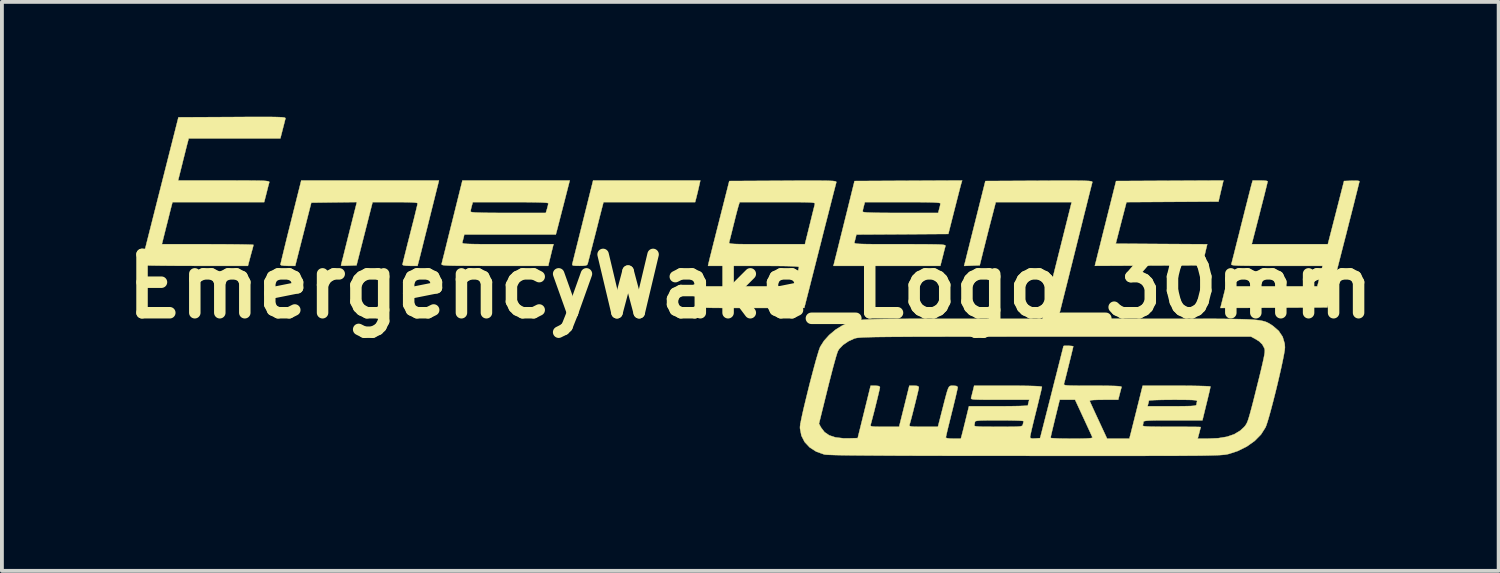
<source format=kicad_pcb>
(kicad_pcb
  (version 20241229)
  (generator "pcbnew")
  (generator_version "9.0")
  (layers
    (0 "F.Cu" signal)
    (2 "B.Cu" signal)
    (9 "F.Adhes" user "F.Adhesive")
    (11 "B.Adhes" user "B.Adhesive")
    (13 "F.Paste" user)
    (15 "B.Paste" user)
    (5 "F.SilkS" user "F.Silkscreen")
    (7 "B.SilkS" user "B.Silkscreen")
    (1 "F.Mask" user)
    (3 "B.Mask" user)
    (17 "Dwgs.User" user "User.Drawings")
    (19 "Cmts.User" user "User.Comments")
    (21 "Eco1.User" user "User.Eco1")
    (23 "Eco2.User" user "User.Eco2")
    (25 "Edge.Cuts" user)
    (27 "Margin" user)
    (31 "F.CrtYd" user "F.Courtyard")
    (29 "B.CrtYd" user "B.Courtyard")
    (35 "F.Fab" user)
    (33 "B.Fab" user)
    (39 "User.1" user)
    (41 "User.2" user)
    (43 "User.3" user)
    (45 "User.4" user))
  (footprint "EmergencyWake_Logo_30mm"
    (layer "F.Cu")
    (at 16.554 4.432)
    (property "Reference" "EmergencyWake_Logo_30mm" (at 0 0 0) (layer "F.SilkS") (effects (font (size 1.524 1.524) (thickness 0.3))))
    (attr through_hole)
    (fp_poly (pts (xy 12.347 -2.703) (xy 12.333 -2.644) (xy 12.311 -2.55) (xy 12.285 -2.44) (xy 12.282 -2.427) (xy 12.233 -2.215) (xy 11.031 -2.208) (xy 9.829 -2.201) (xy 9.688 -1.658) (xy 9.548 -1.115) (xy 10.743 -1.107) (xy 11.939 -1.1) (xy 11.923 -1.037) (xy 11.909 -0.979) (xy 11.887 -0.885) (xy 11.862 -0.775) (xy 11.859 -0.762) (xy 11.81 -0.55) (xy 10.406 -0.543) (xy 9.002 -0.536) (xy 9.021 -0.614) (xy 9.033 -0.658) (xy 9.056 -0.751) (xy 9.089 -0.885) (xy 9.132 -1.054) (xy 9.181 -1.252) (xy 9.236 -1.471) (xy 9.295 -1.705) (xy 9.299 -1.722) (xy 9.557 -2.752) (xy 10.96 -2.759) (xy 12.363 -2.766) (xy 12.347 -2.703)) (stroke (width 0.01) (type solid)) (fill yes) (layer "F.SilkS"))
    (fp_poly (pts (xy -1.346 -2.589) (xy -1.372 -2.476) (xy -1.399 -2.367) (xy -1.414 -2.307) (xy -1.442 -2.201) (xy -3.836 -2.201) (xy -3.863 -2.095) (xy -3.878 -2.039) (xy -3.904 -1.937) (xy -3.94 -1.798) (xy -3.982 -1.631) (xy -4.029 -1.445) (xy -4.063 -1.312) (xy -4.112 -1.123) (xy -4.156 -0.95) (xy -4.194 -0.801) (xy -4.224 -0.686) (xy -4.244 -0.61) (xy -4.251 -0.586) (xy -4.268 -0.559) (xy -4.308 -0.544) (xy -4.384 -0.537) (xy -4.464 -0.536) (xy -4.568 -0.538) (xy -4.627 -0.544) (xy -4.651 -0.559) (xy -4.651 -0.584) (xy -4.651 -0.586) (xy -4.641 -0.623) (xy -4.62 -0.709) (xy -4.588 -0.838) (xy -4.547 -1.002) (xy -4.498 -1.197) (xy -4.444 -1.414) (xy -4.385 -1.65) (xy -4.373 -1.7) (xy -4.107 -2.766) (xy -1.306 -2.766) (xy -1.346 -2.589)) (stroke (width 0.01) (type solid)) (fill yes) (layer "F.SilkS"))
    (fp_poly (pts (xy -8.387 -1.757) (xy -8.445 -1.522) (xy -8.501 -1.302) (xy -8.551 -1.101) (xy -8.594 -0.928) (xy -8.629 -0.789) (xy -8.654 -0.691) (xy -8.667 -0.642) (xy -8.695 -0.536) (xy -8.891 -0.536) (xy -8.997 -0.54) (xy -9.066 -0.551) (xy -9.088 -0.566) (xy -9.081 -0.6) (xy -9.062 -0.681) (xy -9.032 -0.803) (xy -8.993 -0.957) (xy -8.948 -1.137) (xy -8.897 -1.336) (xy -8.89 -1.365) (xy -8.839 -1.566) (xy -8.792 -1.749) (xy -8.753 -1.908) (xy -8.722 -2.036) (xy -8.701 -2.124) (xy -8.693 -2.166) (xy -8.692 -2.168) (xy -8.709 -2.18) (xy -8.761 -2.189) (xy -8.853 -2.195) (xy -8.99 -2.199) (xy -9.176 -2.201) (xy -9.281 -2.201) (xy -9.869 -2.201) (xy -10.289 -0.55) (xy -10.492 -0.542) (xy -10.591 -0.539) (xy -10.664 -0.539) (xy -10.695 -0.542) (xy -10.695 -0.542) (xy -10.689 -0.57) (xy -10.67 -0.647) (xy -10.64 -0.764) (xy -10.602 -0.916) (xy -10.557 -1.096) (xy -10.507 -1.297) (xy -10.487 -1.376) (xy -10.279 -2.202) (xy -10.875 -2.195) (xy -11.471 -2.187) (xy -11.681 -1.362) (xy -11.891 -0.536) (xy -12.084 -0.536) (xy -12.184 -0.54) (xy -12.253 -0.55) (xy -12.277 -0.565) (xy -12.27 -0.598) (xy -12.251 -0.679) (xy -12.221 -0.803) (xy -12.182 -0.964) (xy -12.135 -1.156) (xy -12.082 -1.372) (xy -12.023 -1.607) (xy -12.005 -1.679) (xy -11.733 -2.766) (xy -8.135 -2.766) (xy -8.387 -1.757)) (stroke (width 0.01) (type solid)) (fill yes) (layer "F.SilkS"))
    (fp_poly (pts (xy 13.419 -2.763) (xy 13.489 -2.756) (xy 13.518 -2.745) (xy 13.518 -2.745) (xy 13.511 -2.713) (xy 13.492 -2.634) (xy 13.462 -2.513) (xy 13.424 -2.359) (xy 13.378 -2.179) (xy 13.326 -1.978) (xy 13.31 -1.912) (xy 13.101 -1.101) (xy 15.09 -1.101) (xy 15.302 -1.926) (xy 15.513 -2.752) (xy 15.715 -2.76) (xy 15.814 -2.761) (xy 15.885 -2.757) (xy 15.916 -2.747) (xy 15.916 -2.746) (xy 15.909 -2.715) (xy 15.889 -2.635) (xy 15.858 -2.509) (xy 15.816 -2.343) (xy 15.766 -2.142) (xy 15.707 -1.91) (xy 15.641 -1.653) (xy 15.571 -1.374) (xy 15.497 -1.087) (xy 15.079 0.55) (xy 13.681 0.558) (xy 12.283 0.565) (xy 12.354 0.282) (xy 12.425 0) (xy 14.814 0) (xy 14.842 -0.106) (xy 14.865 -0.195) (xy 14.894 -0.307) (xy 14.911 -0.374) (xy 14.952 -0.536) (xy 13.754 -0.536) (xy 13.462 -0.536) (xy 13.222 -0.537) (xy 13.029 -0.538) (xy 12.877 -0.54) (xy 12.762 -0.542) (xy 12.679 -0.546) (xy 12.623 -0.552) (xy 12.589 -0.559) (xy 12.573 -0.567) (xy 12.568 -0.578) (xy 12.57 -0.586) (xy 12.58 -0.624) (xy 12.602 -0.71) (xy 12.635 -0.838) (xy 12.676 -1.001) (xy 12.724 -1.192) (xy 12.778 -1.404) (xy 12.825 -1.595) (xy 12.883 -1.823) (xy 12.937 -2.039) (xy 12.987 -2.233) (xy 13.029 -2.4) (xy 13.063 -2.533) (xy 13.086 -2.623) (xy 13.096 -2.66) (xy 13.126 -2.766) (xy 13.322 -2.766) (xy 13.419 -2.763)) (stroke (width 0.01) (type solid)) (fill yes) (layer "F.SilkS"))
    (fp_poly (pts (xy -4.87 -2.171) (xy -4.917 -1.989) (xy -4.961 -1.818) (xy -4.999 -1.67) (xy -5.029 -1.553) (xy -5.049 -1.478) (xy -5.052 -1.465) (xy -5.082 -1.355) (xy -7.473 -1.355) (xy -7.491 -1.277) (xy -7.511 -1.2) (xy -7.524 -1.15) (xy -7.525 -1.138) (xy -7.517 -1.128) (xy -7.494 -1.12) (xy -7.452 -1.114) (xy -7.386 -1.109) (xy -7.292 -1.106) (xy -7.163 -1.103) (xy -6.995 -1.102) (xy -6.784 -1.101) (xy -6.525 -1.101) (xy -6.341 -1.101) (xy -5.142 -1.101) (xy -5.193 -0.896) (xy -5.22 -0.784) (xy -5.245 -0.683) (xy -5.261 -0.616) (xy -5.261 -0.614) (xy -5.279 -0.536) (xy -6.678 -0.536) (xy -6.996 -0.536) (xy -7.261 -0.537) (xy -7.479 -0.538) (xy -7.655 -0.539) (xy -7.792 -0.541) (xy -7.895 -0.544) (xy -7.969 -0.549) (xy -8.019 -0.554) (xy -8.049 -0.561) (xy -8.063 -0.57) (xy -8.066 -0.58) (xy -8.066 -0.586) (xy -8.056 -0.623) (xy -8.035 -0.709) (xy -8.002 -0.838) (xy -7.961 -1.002) (xy -7.913 -1.197) (xy -7.859 -1.414) (xy -7.8 -1.65) (xy -7.787 -1.7) (xy -7.724 -1.954) (xy -7.309 -1.954) (xy -7.298 -1.945) (xy -7.259 -1.937) (xy -7.19 -1.93) (xy -7.086 -1.926) (xy -6.941 -1.922) (xy -6.752 -1.92) (xy -6.514 -1.919) (xy -6.326 -1.919) (xy -5.343 -1.919) (xy -5.31 -2.028) (xy -5.289 -2.106) (xy -5.278 -2.161) (xy -5.278 -2.169) (xy -5.295 -2.179) (xy -5.35 -2.186) (xy -5.446 -2.192) (xy -5.585 -2.196) (xy -5.771 -2.199) (xy -6.008 -2.201) (xy -6.264 -2.201) (xy -7.25 -2.201) (xy -7.28 -2.095) (xy -7.299 -2.018) (xy -7.309 -1.961) (xy -7.309 -1.954) (xy -7.724 -1.954) (xy -7.522 -2.766) (xy -4.718 -2.766) (xy -4.87 -2.171)) (stroke (width 0.01) (type solid)) (fill yes) (layer "F.SilkS"))
    (fp_poly (pts (xy 5.516 -2.704) (xy 5.503 -2.659) (xy 5.479 -2.568) (xy 5.446 -2.44) (xy 5.406 -2.283) (xy 5.361 -2.106) (xy 5.335 -2.005) (xy 5.174 -1.369) (xy 3.973 -1.361) (xy 2.772 -1.354) (xy 2.753 -1.277) (xy 2.734 -1.2) (xy 2.72 -1.15) (xy 2.719 -1.138) (xy 2.728 -1.128) (xy 2.75 -1.12) (xy 2.792 -1.114) (xy 2.858 -1.109) (xy 2.953 -1.106) (xy 3.081 -1.103) (xy 3.248 -1.102) (xy 3.459 -1.101) (xy 3.718 -1.101) (xy 3.909 -1.101) (xy 4.201 -1.101) (xy 4.442 -1.1) (xy 4.636 -1.099) (xy 4.788 -1.097) (xy 4.904 -1.095) (xy 4.987 -1.091) (xy 5.043 -1.085) (xy 5.078 -1.078) (xy 5.095 -1.07) (xy 5.099 -1.059) (xy 5.098 -1.051) (xy 5.082 -0.993) (xy 5.06 -0.909) (xy 5.055 -0.889) (xy 5.029 -0.784) (xy 5 -0.672) (xy 4.996 -0.656) (xy 4.965 -0.536) (xy 2.172 -0.536) (xy 2.192 -0.614) (xy 2.203 -0.658) (xy 2.226 -0.751) (xy 2.26 -0.885) (xy 2.302 -1.054) (xy 2.351 -1.252) (xy 2.406 -1.471) (xy 2.464 -1.706) (xy 2.468 -1.722) (xy 2.526 -1.954) (xy 2.935 -1.954) (xy 2.947 -1.945) (xy 2.985 -1.937) (xy 3.054 -1.93) (xy 3.159 -1.926) (xy 3.303 -1.922) (xy 3.492 -1.92) (xy 3.73 -1.919) (xy 3.922 -1.919) (xy 4.908 -1.919) (xy 4.937 -2.025) (xy 4.957 -2.103) (xy 4.967 -2.159) (xy 4.967 -2.166) (xy 4.955 -2.176) (xy 4.917 -2.184) (xy 4.848 -2.19) (xy 4.743 -2.195) (xy 4.599 -2.198) (xy 4.41 -2.2) (xy 4.172 -2.201) (xy 3.981 -2.201) (xy 2.994 -2.201) (xy 2.965 -2.095) (xy 2.946 -2.018) (xy 2.936 -1.961) (xy 2.935 -1.954) (xy 2.526 -1.954) (xy 2.723 -2.752) (xy 4.129 -2.759) (xy 5.536 -2.766) (xy 5.516 -2.704)) (stroke (width 0.01) (type solid)) (fill yes) (layer "F.SilkS"))
    (fp_poly (pts (xy -12.558 -4.427) (xy -12.421 -4.425) (xy -12.317 -4.422) (xy -12.242 -4.419) (xy -12.192 -4.413) (xy -12.162 -4.407) (xy -12.148 -4.398) (xy -12.145 -4.388) (xy -12.146 -4.382) (xy -12.162 -4.324) (xy -12.183 -4.24) (xy -12.19 -4.212) (xy -12.218 -4.104) (xy -12.246 -3.994) (xy -12.25 -3.979) (xy -12.279 -3.866) (xy -14.673 -3.866) (xy -14.701 -3.761) (xy -14.718 -3.697) (xy -14.745 -3.591) (xy -14.779 -3.454) (xy -14.818 -3.3) (xy -14.84 -3.21) (xy -14.951 -2.766) (xy -13.753 -2.766) (xy -13.462 -2.766) (xy -13.222 -2.765) (xy -13.028 -2.764) (xy -12.876 -2.762) (xy -12.762 -2.76) (xy -12.679 -2.756) (xy -12.623 -2.75) (xy -12.589 -2.743) (xy -12.572 -2.735) (xy -12.568 -2.724) (xy -12.569 -2.716) (xy -12.585 -2.659) (xy -12.607 -2.575) (xy -12.614 -2.547) (xy -12.641 -2.439) (xy -12.669 -2.329) (xy -12.673 -2.314) (xy -12.702 -2.201) (xy -15.097 -2.201) (xy -15.125 -2.095) (xy -15.141 -2.032) (xy -15.168 -1.926) (xy -15.202 -1.789) (xy -15.241 -1.634) (xy -15.264 -1.545) (xy -15.375 -1.101) (xy -14.178 -1.101) (xy -13.925 -1.1) (xy -13.689 -1.099) (xy -13.478 -1.097) (xy -13.297 -1.095) (xy -13.152 -1.092) (xy -13.048 -1.089) (xy -12.991 -1.086) (xy -12.982 -1.084) (xy -12.989 -1.049) (xy -13.007 -0.979) (xy -13.023 -0.922) (xy -13.054 -0.809) (xy -13.084 -0.696) (xy -13.095 -0.656) (xy -13.126 -0.536) (xy -14.521 -0.536) (xy -14.796 -0.537) (xy -15.053 -0.538) (xy -15.286 -0.54) (xy -15.491 -0.542) (xy -15.661 -0.545) (xy -15.793 -0.549) (xy -15.879 -0.553) (xy -15.915 -0.557) (xy -15.916 -0.557) (xy -15.909 -0.588) (xy -15.889 -0.668) (xy -15.858 -0.794) (xy -15.816 -0.962) (xy -15.765 -1.167) (xy -15.705 -1.404) (xy -15.638 -1.669) (xy -15.565 -1.958) (xy -15.487 -2.266) (xy -15.428 -2.498) (xy -14.942 -4.417) (xy -13.537 -4.424) (xy -13.219 -4.426) (xy -12.953 -4.427) (xy -12.734 -4.427) (xy -12.558 -4.427)) (stroke (width 0.01) (type solid)) (fill yes) (layer "F.SilkS"))
    (fp_poly (pts (xy 1.835 -2.761) (xy 1.972 -2.76) (xy 2.076 -2.757) (xy 2.151 -2.754) (xy 2.201 -2.748) (xy 2.23 -2.742) (xy 2.245 -2.733) (xy 2.248 -2.723) (xy 2.247 -2.717) (xy 2.237 -2.681) (xy 2.215 -2.595) (xy 2.181 -2.465) (xy 2.138 -2.296) (xy 2.086 -2.092) (xy 2.027 -1.86) (xy 1.961 -1.604) (xy 1.891 -1.329) (xy 1.848 -1.157) (xy 1.775 -0.871) (xy 1.706 -0.599) (xy 1.642 -0.347) (xy 1.584 -0.119) (xy 1.534 0.079) (xy 1.492 0.242) (xy 1.461 0.363) (xy 1.442 0.439) (xy 1.437 0.459) (xy 1.409 0.564) (xy 0.011 0.564) (xy -0.306 0.564) (xy -0.571 0.564) (xy -0.789 0.563) (xy -0.964 0.562) (xy -1.101 0.559) (xy -1.204 0.556) (xy -1.278 0.552) (xy -1.327 0.546) (xy -1.357 0.539) (xy -1.371 0.531) (xy -1.373 0.521) (xy -1.372 0.515) (xy -1.356 0.456) (xy -1.335 0.373) (xy -1.33 0.353) (xy -1.304 0.248) (xy -1.275 0.136) (xy -1.271 0.12) (xy -1.24 0) (xy 1.15 0) (xy 1.21 -0.239) (xy 1.237 -0.35) (xy 1.258 -0.441) (xy 1.269 -0.497) (xy 1.27 -0.507) (xy 1.244 -0.515) (xy 1.164 -0.522) (xy 1.03 -0.528) (xy 0.842 -0.532) (xy 0.598 -0.534) (xy 0.3 -0.536) (xy 0.082 -0.536) (xy -1.105 -0.536) (xy -1.088 -0.614) (xy -1.077 -0.658) (xy -1.055 -0.751) (xy -1.021 -0.885) (xy -0.979 -1.054) (xy -0.958 -1.137) (xy -0.555 -1.137) (xy -0.545 -1.126) (xy -0.521 -1.118) (xy -0.476 -1.112) (xy -0.404 -1.107) (xy -0.301 -1.104) (xy -0.161 -1.102) (xy 0.021 -1.101) (xy 0.25 -1.101) (xy 0.429 -1.101) (xy 1.427 -1.101) (xy 1.551 -1.602) (xy 1.591 -1.765) (xy 1.627 -1.911) (xy 1.657 -2.031) (xy 1.678 -2.115) (xy 1.687 -2.152) (xy 1.688 -2.165) (xy 1.678 -2.176) (xy 1.653 -2.184) (xy 1.607 -2.19) (xy 1.535 -2.195) (xy 1.431 -2.198) (xy 1.29 -2.2) (xy 1.107 -2.201) (xy 0.876 -2.201) (xy 0.711 -2.201) (xy -0.278 -2.201) (xy -0.307 -2.11) (xy -0.324 -2.05) (xy -0.352 -1.947) (xy -0.386 -1.816) (xy -0.423 -1.666) (xy -0.438 -1.609) (xy -0.474 -1.461) (xy -0.507 -1.33) (xy -0.533 -1.227) (xy -0.55 -1.163) (xy -0.553 -1.15) (xy -0.555 -1.137) (xy -0.958 -1.137) (xy -0.929 -1.251) (xy -0.874 -1.47) (xy -0.814 -1.705) (xy -0.81 -1.722) (xy -0.549 -2.752) (xy 0.856 -2.759) (xy 1.174 -2.761) (xy 1.44 -2.762) (xy 1.659 -2.762) (xy 1.835 -2.761)) (stroke (width 0.01) (type solid)) (fill yes) (layer "F.SilkS"))
    (fp_poly (pts (xy 8.524 -2.761) (xy 8.661 -2.76) (xy 8.765 -2.757) (xy 8.84 -2.754) (xy 8.89 -2.748) (xy 8.919 -2.742) (xy 8.934 -2.733) (xy 8.937 -2.723) (xy 8.935 -2.717) (xy 8.926 -2.681) (xy 8.904 -2.596) (xy 8.871 -2.465) (xy 8.828 -2.294) (xy 8.777 -2.088) (xy 8.717 -1.851) (xy 8.652 -1.588) (xy 8.581 -1.304) (xy 8.506 -1.004) (xy 8.495 -0.96) (xy 8.42 -0.658) (xy 8.348 -0.371) (xy 8.282 -0.105) (xy 8.221 0.136) (xy 8.168 0.347) (xy 8.124 0.523) (xy 8.09 0.66) (xy 8.066 0.752) (xy 8.055 0.795) (xy 8.054 0.797) (xy 8.054 0.806) (xy 8.061 0.813) (xy 8.078 0.82) (xy 8.109 0.825) (xy 8.157 0.83) (xy 8.226 0.834) (xy 8.318 0.837) (xy 8.438 0.84) (xy 8.589 0.842) (xy 8.773 0.844) (xy 8.996 0.845) (xy 9.259 0.846) (xy 9.566 0.846) (xy 9.921 0.847) (xy 10.326 0.847) (xy 10.604 0.847) (xy 11.06 0.847) (xy 11.463 0.847) (xy 11.817 0.847) (xy 12.126 0.848) (xy 12.392 0.85) (xy 12.62 0.853) (xy 12.813 0.857) (xy 12.975 0.862) (xy 13.109 0.869) (xy 13.22 0.878) (xy 13.309 0.889) (xy 13.383 0.903) (xy 13.442 0.918) (xy 13.493 0.937) (xy 13.537 0.959) (xy 13.579 0.983) (xy 13.622 1.011) (xy 13.652 1.031) (xy 13.804 1.162) (xy 13.909 1.318) (xy 13.962 1.496) (xy 13.969 1.595) (xy 13.962 1.669) (xy 13.941 1.79) (xy 13.91 1.947) (xy 13.87 2.134) (xy 13.823 2.341) (xy 13.772 2.559) (xy 13.718 2.78) (xy 13.663 2.997) (xy 13.61 3.199) (xy 13.561 3.378) (xy 13.517 3.527) (xy 13.481 3.636) (xy 13.461 3.685) (xy 13.343 3.871) (xy 13.177 4.039) (xy 12.971 4.185) (xy 12.735 4.302) (xy 12.509 4.376) (xy 12.481 4.383) (xy 12.452 4.389) (xy 12.418 4.395) (xy 12.377 4.4) (xy 12.327 4.404) (xy 12.264 4.409) (xy 12.188 4.412) (xy 12.094 4.415) (xy 11.98 4.418) (xy 11.845 4.421) (xy 11.684 4.423) (xy 11.497 4.424) (xy 11.28 4.426) (xy 11.031 4.427) (xy 10.747 4.428) (xy 10.425 4.428) (xy 10.065 4.429) (xy 9.661 4.429) (xy 9.213 4.429) (xy 8.718 4.429) (xy 8.172 4.429) (xy 7.575 4.429) (xy 7.185 4.428) (xy 6.522 4.428) (xy 5.913 4.428) (xy 5.357 4.427) (xy 4.851 4.426) (xy 4.394 4.425) (xy 3.983 4.424) (xy 3.616 4.422) (xy 3.291 4.42) (xy 3.006 4.418) (xy 2.76 4.416) (xy 2.55 4.414) (xy 2.374 4.411) (xy 2.23 4.408) (xy 2.116 4.404) (xy 2.03 4.401) (xy 1.971 4.397) (xy 1.935 4.392) (xy 1.93 4.391) (xy 1.722 4.317) (xy 1.551 4.207) (xy 1.42 4.067) (xy 1.335 3.9) (xy 1.299 3.712) (xy 1.298 3.675) (xy 1.305 3.612) (xy 1.31 3.588) (xy 1.794 3.588) (xy 1.849 3.69) (xy 1.939 3.808) (xy 2.063 3.893) (xy 2.225 3.946) (xy 2.43 3.97) (xy 2.567 3.971) (xy 2.806 3.965) (xy 2.975 3.281) (xy 3.144 2.596) (xy 3.265 2.596) (xy 3.348 2.603) (xy 3.384 2.624) (xy 3.387 2.637) (xy 3.38 2.674) (xy 3.362 2.754) (xy 3.335 2.868) (xy 3.302 3.003) (xy 3.266 3.149) (xy 3.229 3.296) (xy 3.193 3.433) (xy 3.163 3.548) (xy 3.143 3.619) (xy 3.142 3.639) (xy 3.156 3.653) (xy 3.195 3.662) (xy 3.267 3.667) (xy 3.38 3.669) (xy 3.508 3.669) (xy 3.888 3.669) (xy 4.022 3.133) (xy 4.155 2.596) (xy 4.279 2.596) (xy 4.359 2.601) (xy 4.396 2.619) (xy 4.403 2.644) (xy 4.396 2.683) (xy 4.378 2.765) (xy 4.35 2.88) (xy 4.317 3.016) (xy 4.28 3.163) (xy 4.243 3.31) (xy 4.208 3.445) (xy 4.177 3.558) (xy 4.159 3.619) (xy 4.158 3.639) (xy 4.172 3.653) (xy 4.211 3.662) (xy 4.283 3.667) (xy 4.396 3.669) (xy 4.523 3.669) (xy 4.902 3.669) (xy 5.023 3.196) (xy 5.073 3) (xy 5.112 2.853) (xy 5.142 2.746) (xy 5.167 2.674) (xy 5.19 2.629) (xy 5.214 2.606) (xy 5.243 2.597) (xy 5.278 2.596) (xy 5.305 2.596) (xy 5.383 2.603) (xy 5.416 2.626) (xy 5.419 2.64) (xy 5.412 2.679) (xy 5.393 2.764) (xy 5.365 2.887) (xy 5.328 3.039) (xy 5.286 3.213) (xy 5.263 3.302) (xy 5.219 3.482) (xy 5.179 3.643) (xy 5.146 3.779) (xy 5.123 3.88) (xy 5.11 3.939) (xy 5.108 3.95) (xy 5.135 3.966) (xy 5.207 3.976) (xy 5.304 3.979) (xy 5.501 3.979) (xy 5.526 3.888) (xy 5.542 3.824) (xy 5.569 3.72) (xy 5.589 3.639) (xy 5.852 3.639) (xy 5.867 3.65) (xy 5.904 3.658) (xy 5.97 3.663) (xy 6.071 3.667) (xy 6.213 3.668) (xy 6.403 3.669) (xy 6.471 3.669) (xy 6.675 3.669) (xy 6.831 3.668) (xy 6.944 3.666) (xy 7.022 3.662) (xy 7.071 3.655) (xy 7.1 3.644) (xy 7.114 3.63) (xy 7.121 3.61) (xy 7.122 3.605) (xy 7.136 3.547) (xy 7.14 3.521) (xy 7.113 3.515) (xy 7.038 3.509) (xy 6.922 3.505) (xy 6.774 3.502) (xy 6.601 3.5) (xy 6.505 3.5) (xy 6.296 3.5) (xy 6.136 3.502) (xy 6.021 3.505) (xy 5.943 3.511) (xy 5.896 3.519) (xy 5.874 3.53) (xy 5.87 3.54) (xy 5.86 3.602) (xy 5.853 3.624) (xy 5.852 3.639) (xy 5.589 3.639) (xy 5.601 3.591) (xy 5.632 3.464) (xy 5.713 3.133) (xy 6.483 3.133) (xy 6.685 3.132) (xy 6.867 3.13) (xy 7.022 3.127) (xy 7.143 3.122) (xy 7.223 3.117) (xy 7.253 3.112) (xy 7.253 3.111) (xy 7.26 3.07) (xy 7.271 3.027) (xy 7.288 2.963) (xy 6.521 2.963) (xy 6.293 2.963) (xy 6.115 2.962) (xy 5.982 2.96) (xy 5.886 2.957) (xy 5.823 2.952) (xy 5.786 2.944) (xy 5.77 2.934) (xy 5.767 2.921) (xy 5.768 2.914) (xy 5.784 2.858) (xy 5.805 2.772) (xy 5.816 2.731) (xy 5.849 2.596) (xy 6.734 2.596) (xy 7.022 2.597) (xy 7.253 2.6) (xy 7.429 2.605) (xy 7.547 2.611) (xy 7.61 2.62) (xy 7.62 2.626) (xy 7.613 2.66) (xy 7.595 2.742) (xy 7.566 2.861) (xy 7.53 3.011) (xy 7.488 3.183) (xy 7.465 3.274) (xy 7.42 3.454) (xy 7.38 3.618) (xy 7.347 3.757) (xy 7.324 3.862) (xy 7.311 3.925) (xy 7.31 3.938) (xy 7.321 3.965) (xy 7.364 3.976) (xy 7.441 3.974) (xy 7.572 3.965) (xy 7.574 3.958) (xy 7.845 3.958) (xy 7.872 3.965) (xy 7.947 3.97) (xy 8.061 3.975) (xy 8.206 3.978) (xy 8.374 3.979) (xy 8.399 3.979) (xy 8.596 3.979) (xy 8.743 3.976) (xy 8.844 3.971) (xy 8.907 3.964) (xy 8.935 3.954) (xy 8.938 3.944) (xy 8.922 3.908) (xy 8.887 3.83) (xy 8.835 3.718) (xy 8.772 3.581) (xy 8.705 3.436) (xy 8.486 2.963) (xy 8.084 2.963) (xy 7.964 3.45) (xy 7.926 3.608) (xy 7.892 3.748) (xy 7.866 3.859) (xy 7.85 3.932) (xy 7.845 3.958) (xy 7.574 3.958) (xy 7.878 2.766) (xy 7.941 2.515) (xy 8.001 2.282) (xy 8.054 2.072) (xy 8.1 1.891) (xy 8.137 1.743) (xy 8.165 1.635) (xy 8.18 1.573) (xy 8.184 1.559) (xy 8.209 1.553) (xy 8.269 1.552) (xy 8.341 1.554) (xy 8.405 1.559) (xy 8.437 1.566) (xy 8.438 1.568) (xy 8.432 1.598) (xy 8.414 1.673) (xy 8.388 1.781) (xy 8.356 1.911) (xy 8.321 2.052) (xy 8.286 2.194) (xy 8.253 2.326) (xy 8.225 2.437) (xy 8.204 2.515) (xy 8.195 2.547) (xy 8.194 2.562) (xy 8.204 2.573) (xy 8.232 2.582) (xy 8.283 2.588) (xy 8.363 2.592) (xy 8.479 2.595) (xy 8.637 2.596) (xy 8.843 2.596) (xy 8.948 2.596) (xy 9.184 2.597) (xy 9.37 2.599) (xy 9.509 2.602) (xy 9.606 2.607) (xy 9.667 2.614) (xy 9.697 2.622) (xy 9.701 2.632) (xy 9.687 2.678) (xy 9.666 2.757) (xy 9.651 2.815) (xy 9.613 2.963) (xy 9.234 2.963) (xy 9.075 2.965) (xy 8.966 2.969) (xy 8.9 2.976) (xy 8.871 2.988) (xy 8.87 2.999) (xy 8.885 3.034) (xy 8.921 3.113) (xy 8.972 3.225) (xy 9.035 3.361) (xy 9.103 3.507) (xy 9.322 3.979) (xy 9.904 3.979) (xy 9.932 3.873) (xy 9.947 3.815) (xy 9.973 3.711) (xy 10.008 3.572) (xy 10.049 3.409) (xy 10.094 3.23) (xy 10.106 3.182) (xy 10.118 3.133) (xy 10.379 3.133) (xy 11.017 3.133) (xy 11.228 3.132) (xy 11.387 3.13) (xy 11.504 3.127) (xy 11.582 3.121) (xy 11.629 3.113) (xy 11.652 3.103) (xy 11.656 3.093) (xy 11.666 3.031) (xy 11.673 3.008) (xy 11.674 2.994) (xy 11.659 2.983) (xy 11.622 2.975) (xy 11.556 2.969) (xy 11.456 2.966) (xy 11.314 2.964) (xy 11.124 2.963) (xy 11.052 2.963) (xy 10.869 2.964) (xy 10.707 2.967) (xy 10.572 2.971) (xy 10.475 2.976) (xy 10.421 2.981) (xy 10.414 2.985) (xy 10.407 3.026) (xy 10.396 3.069) (xy 10.379 3.133) (xy 10.118 3.133) (xy 10.252 2.596) (xy 11.137 2.596) (xy 11.354 2.597) (xy 11.552 2.599) (xy 11.724 2.602) (xy 11.863 2.606) (xy 11.963 2.61) (xy 12.016 2.615) (xy 12.023 2.618) (xy 12.017 2.651) (xy 12 2.729) (xy 11.973 2.843) (xy 11.94 2.981) (xy 11.918 3.069) (xy 11.813 3.5) (xy 11.043 3.5) (xy 10.81 3.5) (xy 10.628 3.501) (xy 10.49 3.504) (xy 10.392 3.508) (xy 10.327 3.515) (xy 10.29 3.523) (xy 10.274 3.534) (xy 10.273 3.54) (xy 10.263 3.602) (xy 10.256 3.624) (xy 10.255 3.638) (xy 10.269 3.648) (xy 10.304 3.656) (xy 10.365 3.661) (xy 10.458 3.665) (xy 10.59 3.667) (xy 10.766 3.669) (xy 10.992 3.669) (xy 11.004 3.669) (xy 11.205 3.669) (xy 11.386 3.67) (xy 11.54 3.671) (xy 11.66 3.672) (xy 11.739 3.674) (xy 11.768 3.676) (xy 11.768 3.676) (xy 11.762 3.705) (xy 11.744 3.771) (xy 11.729 3.831) (xy 11.689 3.979) (xy 11.949 3.979) (xy 12.225 3.967) (xy 12.455 3.929) (xy 12.645 3.864) (xy 12.802 3.769) (xy 12.902 3.676) (xy 12.929 3.644) (xy 12.953 3.609) (xy 12.977 3.565) (xy 13.001 3.506) (xy 13.027 3.425) (xy 13.058 3.318) (xy 13.096 3.177) (xy 13.143 2.997) (xy 13.2 2.77) (xy 13.233 2.636) (xy 13.297 2.381) (xy 13.347 2.175) (xy 13.385 2.012) (xy 13.413 1.886) (xy 13.431 1.791) (xy 13.441 1.723) (xy 13.443 1.674) (xy 13.439 1.639) (xy 13.434 1.622) (xy 13.378 1.517) (xy 13.293 1.434) (xy 13.194 1.373) (xy 13.081 1.312) (xy 7.973 1.312) (xy 7.341 1.312) (xy 6.764 1.312) (xy 6.237 1.313) (xy 5.76 1.313) (xy 5.33 1.313) (xy 4.943 1.314) (xy 4.598 1.315) (xy 4.292 1.315) (xy 4.023 1.317) (xy 3.787 1.318) (xy 3.584 1.32) (xy 3.409 1.322) (xy 3.261 1.324) (xy 3.137 1.327) (xy 3.035 1.33) (xy 2.953 1.333) (xy 2.886 1.337) (xy 2.835 1.341) (xy 2.794 1.346) (xy 2.764 1.351) (xy 2.74 1.357) (xy 2.721 1.362) (xy 2.562 1.435) (xy 2.424 1.53) (xy 2.322 1.636) (xy 2.289 1.69) (xy 2.27 1.742) (xy 2.239 1.841) (xy 2.2 1.98) (xy 2.153 2.152) (xy 2.102 2.35) (xy 2.047 2.564) (xy 2.016 2.69) (xy 1.794 3.588) (xy 1.31 3.588) (xy 1.326 3.502) (xy 1.357 3.354) (xy 1.397 3.177) (xy 1.445 2.978) (xy 1.497 2.765) (xy 1.551 2.547) (xy 1.607 2.332) (xy 1.661 2.129) (xy 1.711 1.945) (xy 1.757 1.788) (xy 1.794 1.667) (xy 1.822 1.59) (xy 1.826 1.58) (xy 1.924 1.425) (xy 2.062 1.271) (xy 2.225 1.134) (xy 2.397 1.027) (xy 2.404 1.024) (xy 2.466 0.993) (xy 2.522 0.967) (xy 2.577 0.944) (xy 2.635 0.924) (xy 2.7 0.907) (xy 2.775 0.892) (xy 2.864 0.881) (xy 2.972 0.871) (xy 3.102 0.864) (xy 3.258 0.858) (xy 3.444 0.854) (xy 3.665 0.851) (xy 3.923 0.849) (xy 4.223 0.848) (xy 4.569 0.847) (xy 4.964 0.847) (xy 5.292 0.847) (xy 7.634 0.847) (xy 8.015 -0.677) (xy 8.397 -2.201) (xy 6.414 -2.201) (xy 6.31 -1.799) (xy 6.261 -1.612) (xy 6.206 -1.397) (xy 6.151 -1.179) (xy 6.102 -0.983) (xy 6.099 -0.974) (xy 5.994 -0.55) (xy 5.586 -0.534) (xy 5.606 -0.613) (xy 5.618 -0.657) (xy 5.641 -0.75) (xy 5.674 -0.885) (xy 5.717 -1.054) (xy 5.766 -1.252) (xy 5.821 -1.471) (xy 5.88 -1.706) (xy 5.884 -1.722) (xy 6.142 -2.752) (xy 7.546 -2.759) (xy 7.864 -2.761) (xy 8.13 -2.762) (xy 8.348 -2.762) (xy 8.524 -2.761)) (stroke (width 0.01) (type solid)) (fill yes) (layer "F.SilkS")))
  (gr_rect
    (start -3 -3)
    (end 36.107 11.866)
    (stroke (width 0.1) (type default))
    (fill no)
    (layer "Edge.Cuts")))
</source>
